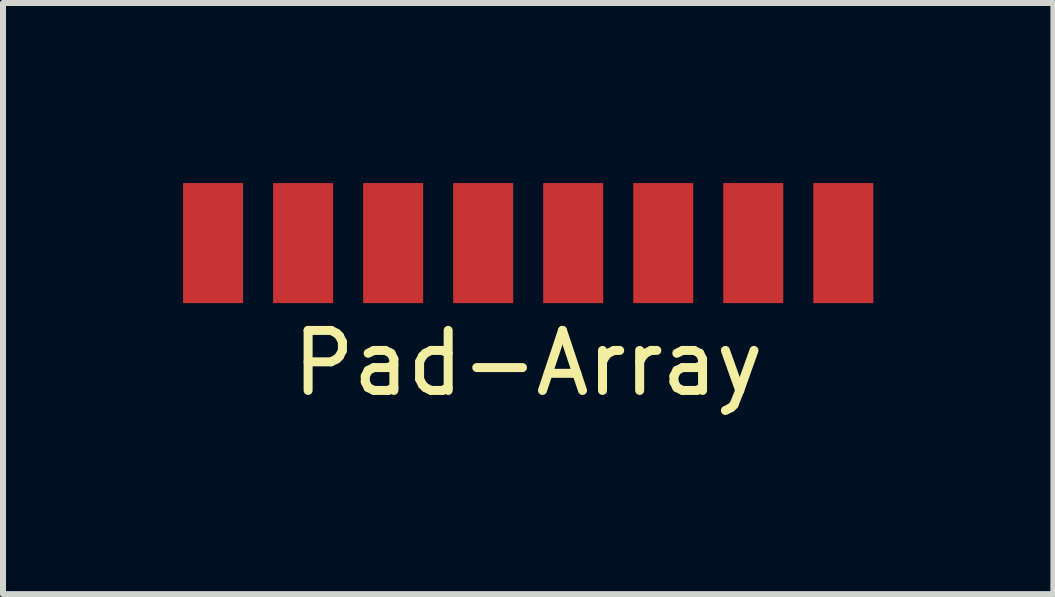
<source format=kicad_pcb>
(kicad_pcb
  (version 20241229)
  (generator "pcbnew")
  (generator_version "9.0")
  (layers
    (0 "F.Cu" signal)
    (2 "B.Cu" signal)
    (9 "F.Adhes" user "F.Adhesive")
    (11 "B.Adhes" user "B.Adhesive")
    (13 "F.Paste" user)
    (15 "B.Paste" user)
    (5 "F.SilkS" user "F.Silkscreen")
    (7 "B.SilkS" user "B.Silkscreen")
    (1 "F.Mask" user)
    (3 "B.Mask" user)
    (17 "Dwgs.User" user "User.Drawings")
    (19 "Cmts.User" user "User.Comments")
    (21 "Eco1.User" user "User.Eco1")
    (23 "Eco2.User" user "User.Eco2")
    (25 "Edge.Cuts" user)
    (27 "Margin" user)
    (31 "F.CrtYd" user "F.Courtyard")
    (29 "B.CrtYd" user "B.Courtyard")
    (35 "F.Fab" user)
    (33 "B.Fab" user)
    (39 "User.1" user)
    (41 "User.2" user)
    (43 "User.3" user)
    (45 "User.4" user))
  (footprint "Pad-Array"
    (layer "F.Cu")
    (at 5.75 1)
    (property "Reference" "Pad-Array" (at 0 2 0) (layer "F.SilkS") (effects (font (size 1 1) (thickness 0.15))))
    (attr through_hole)
    (pad "1" smd rect (at -5.25 0) (size 1 2) (layers "F.Cu" "F.Mask" "F.Paste"))
    (pad "2" smd rect (at -3.75 0) (size 1 2) (layers "F.Cu" "F.Mask" "F.Paste"))
    (pad "3" smd rect (at -2.25 0) (size 1 2) (layers "F.Cu" "F.Mask" "F.Paste"))
    (pad "4" smd rect (at -0.75 0) (size 1 2) (layers "F.Cu" "F.Mask" "F.Paste"))
    (pad "5" smd rect (at 0.75 0) (size 1 2) (layers "F.Cu" "F.Mask" "F.Paste"))
    (pad "6" smd rect (at 2.25 0) (size 1 2) (layers "F.Cu" "F.Mask" "F.Paste"))
    (pad "7" smd rect (at 3.75 0) (size 1 2) (layers "F.Cu" "F.Mask" "F.Paste"))
    (pad "8" smd rect (at 5.25 0) (size 1 2) (layers "F.Cu" "F.Mask" "F.Paste")))
  (gr_rect
    (start -3 -3)
    (end 14.5 6.848)
    (stroke (width 0.1) (type default))
    (fill no)
    (layer "Edge.Cuts")))
</source>
